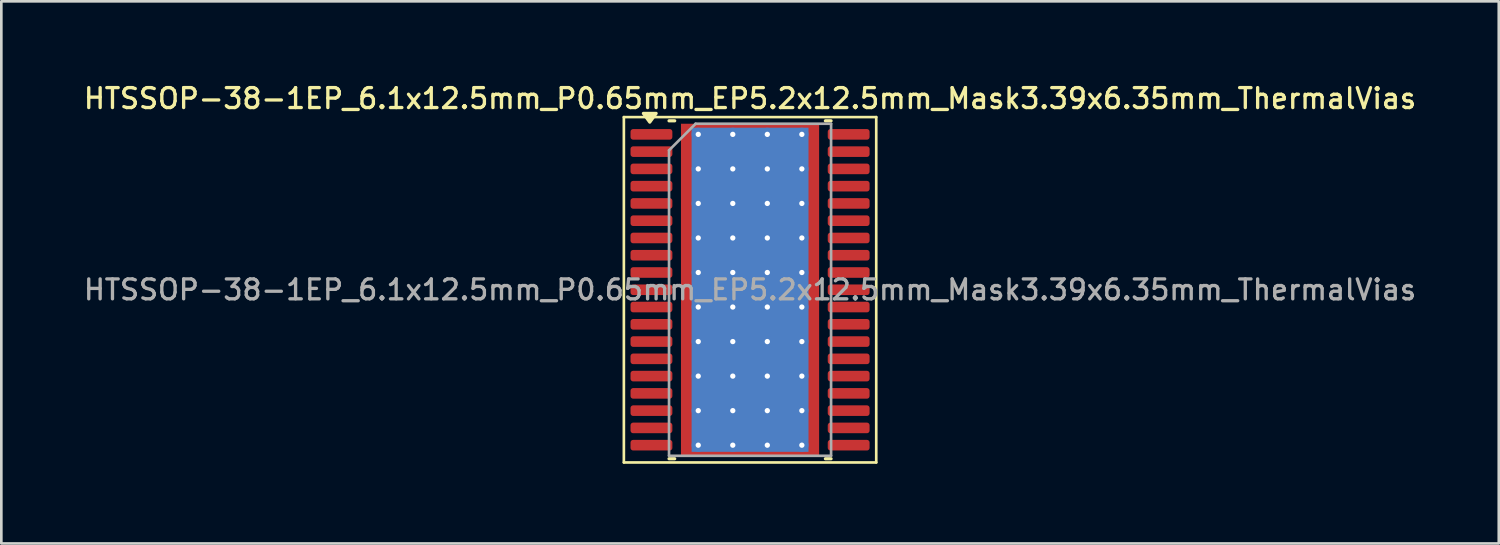
<source format=kicad_pcb>
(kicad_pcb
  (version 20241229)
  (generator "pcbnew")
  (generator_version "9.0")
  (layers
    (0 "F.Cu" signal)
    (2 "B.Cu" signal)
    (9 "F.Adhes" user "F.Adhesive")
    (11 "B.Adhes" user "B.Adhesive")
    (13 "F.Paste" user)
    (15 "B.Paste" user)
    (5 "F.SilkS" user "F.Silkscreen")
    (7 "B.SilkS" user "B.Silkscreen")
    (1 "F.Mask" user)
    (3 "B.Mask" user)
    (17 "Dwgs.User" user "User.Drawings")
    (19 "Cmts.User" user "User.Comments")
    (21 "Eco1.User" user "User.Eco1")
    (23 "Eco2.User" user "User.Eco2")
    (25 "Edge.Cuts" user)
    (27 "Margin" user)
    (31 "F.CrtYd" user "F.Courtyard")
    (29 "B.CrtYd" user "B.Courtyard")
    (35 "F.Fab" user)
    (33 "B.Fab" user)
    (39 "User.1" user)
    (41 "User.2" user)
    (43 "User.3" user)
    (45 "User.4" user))
  (footprint "HTSSOP-38-1EP_6.1x12.5mm_P0.65mm_EP5.2x12.5mm_Mask3.39x6.35mm_ThermalVias"
    (layer "F.Cu")
    (at 25.184 7.858)
    (property "Reference" "HTSSOP-38-1EP_6.1x12.5mm_P0.65mm_EP5.2x12.5mm_Mask3.39x6.35mm_ThermalVias" (at 0 -7.2 0) (layer "F.SilkS") (effects (font (size 0.75 0.75) (thickness 0.125))))
    (attr smd)
    (fp_line (start -4.75 -6.5) (end -4.75 6.5) (stroke (width 0.1) (type solid)) (layer "F.SilkS"))
    (fp_line (start -4.75 6.5) (end 4.75 6.5) (stroke (width 0.1) (type solid)) (layer "F.SilkS"))
    (fp_line (start -2.836 -6.36) (end -3.05 -6.36) (stroke (width 0.12) (type solid)) (layer "F.SilkS"))
    (fp_line (start -2.836 6.36) (end -3.05 6.36) (stroke (width 0.12) (type solid)) (layer "F.SilkS"))
    (fp_line (start 2.836 -6.36) (end 3.05 -6.36) (stroke (width 0.12) (type solid)) (layer "F.SilkS"))
    (fp_line (start 2.836 6.36) (end 3.05 6.36) (stroke (width 0.12) (type solid)) (layer "F.SilkS"))
    (fp_line (start 4.75 -6.5) (end -4.75 -6.5) (stroke (width 0.1) (type solid)) (layer "F.SilkS"))
    (fp_line (start 4.75 6.5) (end 4.75 -6.5) (stroke (width 0.1) (type solid)) (layer "F.SilkS"))
    (fp_poly (pts (xy -3.775 -6.31) (xy -4.015 -6.64) (xy -3.535 -6.64) (xy -3.775 -6.31)) (stroke (width 0.12) (type solid)) (fill yes) (layer "F.SilkS"))
    (fp_line (start -3.05 -5.25) (end -2.05 -6.25) (stroke (width 0.1) (type solid)) (layer "F.Fab"))
    (fp_line (start -3.05 6.25) (end -3.05 -5.25) (stroke (width 0.1) (type solid)) (layer "F.Fab"))
    (fp_line (start -2.05 -6.25) (end 3.05 -6.25) (stroke (width 0.1) (type solid)) (layer "F.Fab"))
    (fp_line (start 3.05 -6.25) (end 3.05 6.25) (stroke (width 0.1) (type solid)) (layer "F.Fab"))
    (fp_line (start 3.05 6.25) (end -3.05 6.25) (stroke (width 0.1) (type solid)) (layer "F.Fab"))
    (fp_text user "${REFERENCE}" (at 0 0 0) (layer "F.Fab") (effects (font (size 0.75 0.75) (thickness 0.125))))
    (pad "" smd roundrect (at -0.85 -2.12) (size 1.37 1.71) (layers "F.Paste") (roundrect_rratio 0.182))
    (pad "" smd roundrect (at -0.85 0) (size 1.37 1.71) (layers "F.Paste") (roundrect_rratio 0.182))
    (pad "" smd roundrect (at -0.85 2.12) (size 1.37 1.71) (layers "F.Paste") (roundrect_rratio 0.182))
    (pad "" smd rect (at 0 0) (size 3.39 6.35) (layers "F.Mask"))
    (pad "" smd roundrect (at 0.85 -2.12) (size 1.37 1.71) (layers "F.Paste") (roundrect_rratio 0.182))
    (pad "" smd roundrect (at 0.85 0) (size 1.37 1.71) (layers "F.Paste") (roundrect_rratio 0.182))
    (pad "" smd roundrect (at 0.85 2.12) (size 1.37 1.71) (layers "F.Paste") (roundrect_rratio 0.182))
    (pad "1" smd roundrect (at -3.712 -5.85) (size 1.575 0.4) (layers "F.Cu" "F.Mask" "F.Paste") (roundrect_rratio 0.25))
    (pad "2" smd roundrect (at -3.712 -5.2) (size 1.575 0.4) (layers "F.Cu" "F.Mask" "F.Paste") (roundrect_rratio 0.25))
    (pad "3" smd roundrect (at -3.712 -4.55) (size 1.575 0.4) (layers "F.Cu" "F.Mask" "F.Paste") (roundrect_rratio 0.25))
    (pad "4" smd roundrect (at -3.712 -3.9) (size 1.575 0.4) (layers "F.Cu" "F.Mask" "F.Paste") (roundrect_rratio 0.25))
    (pad "5" smd roundrect (at -3.712 -3.25) (size 1.575 0.4) (layers "F.Cu" "F.Mask" "F.Paste") (roundrect_rratio 0.25))
    (pad "6" smd roundrect (at -3.712 -2.6) (size 1.575 0.4) (layers "F.Cu" "F.Mask" "F.Paste") (roundrect_rratio 0.25))
    (pad "7" smd roundrect (at -3.712 -1.95) (size 1.575 0.4) (layers "F.Cu" "F.Mask" "F.Paste") (roundrect_rratio 0.25))
    (pad "8" smd roundrect (at -3.712 -1.3) (size 1.575 0.4) (layers "F.Cu" "F.Mask" "F.Paste") (roundrect_rratio 0.25))
    (pad "9" smd roundrect (at -3.712 -0.65) (size 1.575 0.4) (layers "F.Cu" "F.Mask" "F.Paste") (roundrect_rratio 0.25))
    (pad "10" smd roundrect (at -3.712 0) (size 1.575 0.4) (layers "F.Cu" "F.Mask" "F.Paste") (roundrect_rratio 0.25))
    (pad "11" smd roundrect (at -3.712 0.65) (size 1.575 0.4) (layers "F.Cu" "F.Mask" "F.Paste") (roundrect_rratio 0.25))
    (pad "12" smd roundrect (at -3.712 1.3) (size 1.575 0.4) (layers "F.Cu" "F.Mask" "F.Paste") (roundrect_rratio 0.25))
    (pad "13" smd roundrect (at -3.712 1.95) (size 1.575 0.4) (layers "F.Cu" "F.Mask" "F.Paste") (roundrect_rratio 0.25))
    (pad "14" smd roundrect (at -3.712 2.6) (size 1.575 0.4) (layers "F.Cu" "F.Mask" "F.Paste") (roundrect_rratio 0.25))
    (pad "15" smd roundrect (at -3.712 3.25) (size 1.575 0.4) (layers "F.Cu" "F.Mask" "F.Paste") (roundrect_rratio 0.25))
    (pad "16" smd roundrect (at -3.712 3.9) (size 1.575 0.4) (layers "F.Cu" "F.Mask" "F.Paste") (roundrect_rratio 0.25))
    (pad "17" smd roundrect (at -3.712 4.55) (size 1.575 0.4) (layers "F.Cu" "F.Mask" "F.Paste") (roundrect_rratio 0.25))
    (pad "18" smd roundrect (at -3.712 5.2) (size 1.575 0.4) (layers "F.Cu" "F.Mask" "F.Paste") (roundrect_rratio 0.25))
    (pad "19" smd roundrect (at -3.712 5.85) (size 1.575 0.4) (layers "F.Cu" "F.Mask" "F.Paste") (roundrect_rratio 0.25))
    (pad "20" smd roundrect (at 3.712 5.85) (size 1.575 0.4) (layers "F.Cu" "F.Mask" "F.Paste") (roundrect_rratio 0.25))
    (pad "21" smd roundrect (at 3.712 5.2) (size 1.575 0.4) (layers "F.Cu" "F.Mask" "F.Paste") (roundrect_rratio 0.25))
    (pad "22" smd roundrect (at 3.712 4.55) (size 1.575 0.4) (layers "F.Cu" "F.Mask" "F.Paste") (roundrect_rratio 0.25))
    (pad "23" smd roundrect (at 3.712 3.9) (size 1.575 0.4) (layers "F.Cu" "F.Mask" "F.Paste") (roundrect_rratio 0.25))
    (pad "24" smd roundrect (at 3.712 3.25) (size 1.575 0.4) (layers "F.Cu" "F.Mask" "F.Paste") (roundrect_rratio 0.25))
    (pad "25" smd roundrect (at 3.712 2.6) (size 1.575 0.4) (layers "F.Cu" "F.Mask" "F.Paste") (roundrect_rratio 0.25))
    (pad "26" smd roundrect (at 3.712 1.95) (size 1.575 0.4) (layers "F.Cu" "F.Mask" "F.Paste") (roundrect_rratio 0.25))
    (pad "27" smd roundrect (at 3.712 1.3) (size 1.575 0.4) (layers "F.Cu" "F.Mask" "F.Paste") (roundrect_rratio 0.25))
    (pad "28" smd roundrect (at 3.712 0.65) (size 1.575 0.4) (layers "F.Cu" "F.Mask" "F.Paste") (roundrect_rratio 0.25))
    (pad "29" smd roundrect (at 3.712 0) (size 1.575 0.4) (layers "F.Cu" "F.Mask" "F.Paste") (roundrect_rratio 0.25))
    (pad "30" smd roundrect (at 3.712 -0.65) (size 1.575 0.4) (layers "F.Cu" "F.Mask" "F.Paste") (roundrect_rratio 0.25))
    (pad "31" smd roundrect (at 3.712 -1.3) (size 1.575 0.4) (layers "F.Cu" "F.Mask" "F.Paste") (roundrect_rratio 0.25))
    (pad "32" smd roundrect (at 3.712 -1.95) (size 1.575 0.4) (layers "F.Cu" "F.Mask" "F.Paste") (roundrect_rratio 0.25))
    (pad "33" smd roundrect (at 3.712 -2.6) (size 1.575 0.4) (layers "F.Cu" "F.Mask" "F.Paste") (roundrect_rratio 0.25))
    (pad "34" smd roundrect (at 3.712 -3.25) (size 1.575 0.4) (layers "F.Cu" "F.Mask" "F.Paste") (roundrect_rratio 0.25))
    (pad "35" smd roundrect (at 3.712 -3.9) (size 1.575 0.4) (layers "F.Cu" "F.Mask" "F.Paste") (roundrect_rratio 0.25))
    (pad "36" smd roundrect (at 3.712 -4.55) (size 1.575 0.4) (layers "F.Cu" "F.Mask" "F.Paste") (roundrect_rratio 0.25))
    (pad "37" smd roundrect (at 3.712 -5.2) (size 1.575 0.4) (layers "F.Cu" "F.Mask" "F.Paste") (roundrect_rratio 0.25))
    (pad "38" smd roundrect (at 3.712 -5.85) (size 1.575 0.4) (layers "F.Cu" "F.Mask" "F.Paste") (roundrect_rratio 0.25))
    (pad "39" thru_hole circle (at -1.95 -5.85) (size 0.5 0.5) (drill 0.2) (property pad_prop_heatsink) (layers "*.Cu"))
    (pad "39" thru_hole circle (at -1.95 -4.55) (size 0.5 0.5) (drill 0.2) (property pad_prop_heatsink) (layers "*.Cu"))
    (pad "39" thru_hole circle (at -1.95 -3.25) (size 0.5 0.5) (drill 0.2) (property pad_prop_heatsink) (layers "*.Cu"))
    (pad "39" thru_hole circle (at -1.95 -1.95) (size 0.5 0.5) (drill 0.2) (property pad_prop_heatsink) (layers "*.Cu"))
    (pad "39" thru_hole circle (at -1.95 -0.65) (size 0.5 0.5) (drill 0.2) (property pad_prop_heatsink) (layers "*.Cu"))
    (pad "39" thru_hole circle (at -1.95 0.65) (size 0.5 0.5) (drill 0.2) (property pad_prop_heatsink) (layers "*.Cu"))
    (pad "39" thru_hole circle (at -1.95 1.95) (size 0.5 0.5) (drill 0.2) (property pad_prop_heatsink) (layers "*.Cu"))
    (pad "39" thru_hole circle (at -1.95 3.25) (size 0.5 0.5) (drill 0.2) (property pad_prop_heatsink) (layers "*.Cu"))
    (pad "39" thru_hole circle (at -1.95 4.55) (size 0.5 0.5) (drill 0.2) (property pad_prop_heatsink) (layers "*.Cu"))
    (pad "39" thru_hole circle (at -1.95 5.85) (size 0.5 0.5) (drill 0.2) (property pad_prop_heatsink) (layers "*.Cu"))
    (pad "39" thru_hole circle (at -0.65 -5.85) (size 0.5 0.5) (drill 0.2) (property pad_prop_heatsink) (layers "*.Cu"))
    (pad "39" thru_hole circle (at -0.65 -4.55) (size 0.5 0.5) (drill 0.2) (property pad_prop_heatsink) (layers "*.Cu"))
    (pad "39" thru_hole circle (at -0.65 -3.25) (size 0.5 0.5) (drill 0.2) (property pad_prop_heatsink) (layers "*.Cu"))
    (pad "39" thru_hole circle (at -0.65 -1.95) (size 0.5 0.5) (drill 0.2) (property pad_prop_heatsink) (layers "*.Cu"))
    (pad "39" thru_hole circle (at -0.65 -0.65) (size 0.5 0.5) (drill 0.2) (property pad_prop_heatsink) (layers "*.Cu"))
    (pad "39" thru_hole circle (at -0.65 0.65) (size 0.5 0.5) (drill 0.2) (property pad_prop_heatsink) (layers "*.Cu"))
    (pad "39" thru_hole circle (at -0.65 1.95) (size 0.5 0.5) (drill 0.2) (property pad_prop_heatsink) (layers "*.Cu"))
    (pad "39" thru_hole circle (at -0.65 3.25) (size 0.5 0.5) (drill 0.2) (property pad_prop_heatsink) (layers "*.Cu"))
    (pad "39" thru_hole circle (at -0.65 4.55) (size 0.5 0.5) (drill 0.2) (property pad_prop_heatsink) (layers "*.Cu"))
    (pad "39" thru_hole circle (at -0.65 5.85) (size 0.5 0.5) (drill 0.2) (property pad_prop_heatsink) (layers "*.Cu"))
    (pad "39" smd rect (at 0 0) (size 4.4 12.2) (property pad_prop_heatsink) (layers "B.Cu"))
    (pad "39" smd rect (at 0 0) (size 5.2 12.5) (property pad_prop_heatsink) (layers "F.Cu"))
    (pad "39" thru_hole circle (at 0.65 -5.85) (size 0.5 0.5) (drill 0.2) (property pad_prop_heatsink) (layers "*.Cu"))
    (pad "39" thru_hole circle (at 0.65 -4.55) (size 0.5 0.5) (drill 0.2) (property pad_prop_heatsink) (layers "*.Cu"))
    (pad "39" thru_hole circle (at 0.65 -3.25) (size 0.5 0.5) (drill 0.2) (property pad_prop_heatsink) (layers "*.Cu"))
    (pad "39" thru_hole circle (at 0.65 -1.95) (size 0.5 0.5) (drill 0.2) (property pad_prop_heatsink) (layers "*.Cu"))
    (pad "39" thru_hole circle (at 0.65 -0.65) (size 0.5 0.5) (drill 0.2) (property pad_prop_heatsink) (layers "*.Cu"))
    (pad "39" thru_hole circle (at 0.65 0.65) (size 0.5 0.5) (drill 0.2) (property pad_prop_heatsink) (layers "*.Cu"))
    (pad "39" thru_hole circle (at 0.65 1.95) (size 0.5 0.5) (drill 0.2) (property pad_prop_heatsink) (layers "*.Cu"))
    (pad "39" thru_hole circle (at 0.65 3.25) (size 0.5 0.5) (drill 0.2) (property pad_prop_heatsink) (layers "*.Cu"))
    (pad "39" thru_hole circle (at 0.65 4.55) (size 0.5 0.5) (drill 0.2) (property pad_prop_heatsink) (layers "*.Cu"))
    (pad "39" thru_hole circle (at 0.65 5.85) (size 0.5 0.5) (drill 0.2) (property pad_prop_heatsink) (layers "*.Cu"))
    (pad "39" thru_hole circle (at 1.95 -5.85) (size 0.5 0.5) (drill 0.2) (property pad_prop_heatsink) (layers "*.Cu"))
    (pad "39" thru_hole circle (at 1.95 -4.55) (size 0.5 0.5) (drill 0.2) (property pad_prop_heatsink) (layers "*.Cu"))
    (pad "39" thru_hole circle (at 1.95 -3.25) (size 0.5 0.5) (drill 0.2) (property pad_prop_heatsink) (layers "*.Cu"))
    (pad "39" thru_hole circle (at 1.95 -1.95) (size 0.5 0.5) (drill 0.2) (property pad_prop_heatsink) (layers "*.Cu"))
    (pad "39" thru_hole circle (at 1.95 -0.65) (size 0.5 0.5) (drill 0.2) (property pad_prop_heatsink) (layers "*.Cu"))
    (pad "39" thru_hole circle (at 1.95 0.65) (size 0.5 0.5) (drill 0.2) (property pad_prop_heatsink) (layers "*.Cu"))
    (pad "39" thru_hole circle (at 1.95 1.95) (size 0.5 0.5) (drill 0.2) (property pad_prop_heatsink) (layers "*.Cu"))
    (pad "39" thru_hole circle (at 1.95 3.25) (size 0.5 0.5) (drill 0.2) (property pad_prop_heatsink) (layers "*.Cu"))
    (pad "39" thru_hole circle (at 1.95 4.55) (size 0.5 0.5) (drill 0.2) (property pad_prop_heatsink) (layers "*.Cu"))
    (pad "39" thru_hole circle (at 1.95 5.85) (size 0.5 0.5) (drill 0.2) (property pad_prop_heatsink) (layers "*.Cu")))
  (gr_rect
    (start -3 -3)
    (end 53.368 17.408)
    (stroke (width 0.1) (type default))
    (fill no)
    (layer "Edge.Cuts")))
</source>
